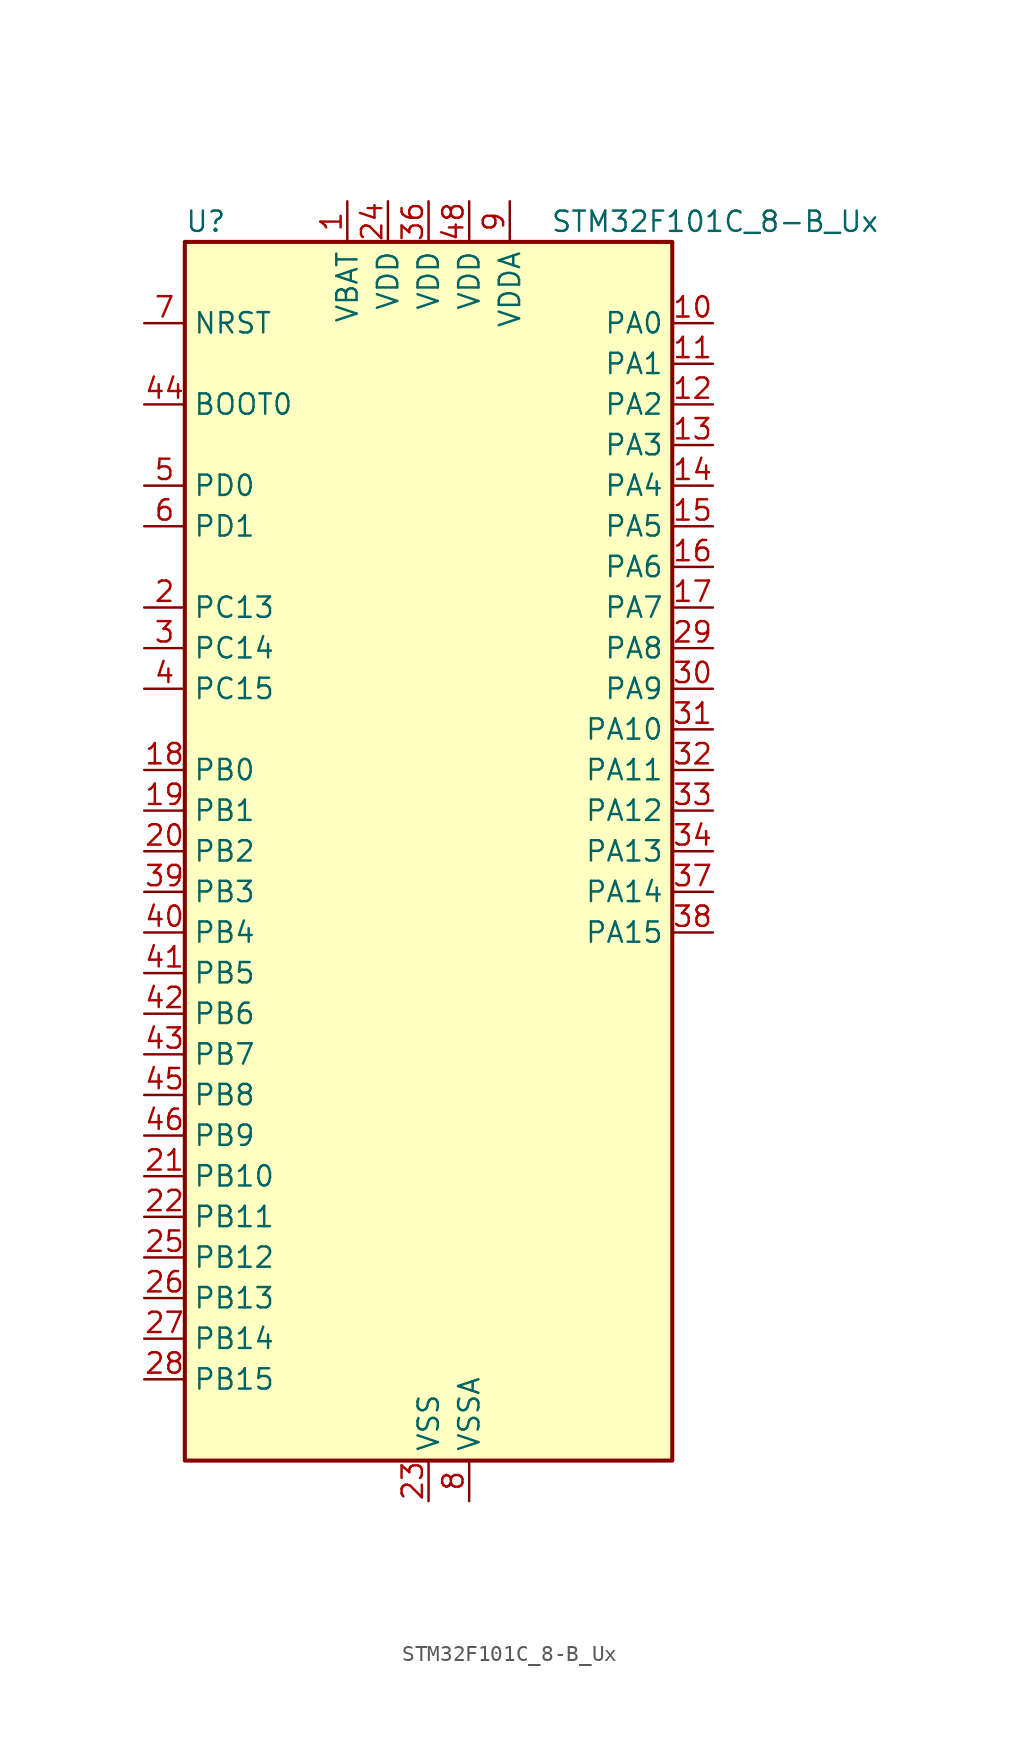
<source format=kicad_sym>
(kicad_symbol_lib
  (version 20241209)
  (generator "kicad_symbol_editor")
  (generator_version "9.0")
  (symbol "STM32F101C_8-B_Ux"
    (property "Reference" "U"
      (at -15.24 39.37 0)
      (effects (font (size 1.27 1.27)) (justify left)))
    (property "Value" "STM32F101C_8-B_Ux"
      (at 7.62 39.37 0)
      (effects (font (size 1.27 1.27)) (justify left)))
    (symbol "STM32F101C_8-B_Ux_0_1"
      (rectangle (start -15.24 -38.1) (end 15.24 38.1) (stroke (width 0.254) (type default)) (fill (type background))))
    (symbol "STM32F101C_8-B_Ux_1_1"
      (pin input line (at -17.78 33.02 0) (length 2.54) (name "NRST" (effects (font (size 1.27 1.27)))) (number "7" (effects (font (size 1.27 1.27)))))
      (pin input line (at -17.78 27.94 0) (length 2.54) (name "BOOT0" (effects (font (size 1.27 1.27)))) (number "44" (effects (font (size 1.27 1.27)))))
      (pin bidirectional line (at -17.78 22.86 0) (length 2.54) (name "PD0" (effects (font (size 1.27 1.27)))) (number "5" (effects (font (size 1.27 1.27)))) (alternate "RCC_OSC_IN" bidirectional line))
      (pin bidirectional line (at -17.78 20.32 0) (length 2.54) (name "PD1" (effects (font (size 1.27 1.27)))) (number "6" (effects (font (size 1.27 1.27)))) (alternate "RCC_OSC_OUT" bidirectional line))
      (pin bidirectional line (at -17.78 15.24 0) (length 2.54) (name "PC13" (effects (font (size 1.27 1.27)))) (number "2" (effects (font (size 1.27 1.27)))) (alternate "RTC_OUT" bidirectional line) (alternate "RTC_TAMPER" bidirectional line))
      (pin bidirectional line (at -17.78 12.7 0) (length 2.54) (name "PC14" (effects (font (size 1.27 1.27)))) (number "3" (effects (font (size 1.27 1.27)))) (alternate "RCC_OSC32_IN" bidirectional line))
      (pin bidirectional line (at -17.78 10.16 0) (length 2.54) (name "PC15" (effects (font (size 1.27 1.27)))) (number "4" (effects (font (size 1.27 1.27)))) (alternate "ADC1_EXTI15" bidirectional line) (alternate "RCC_OSC32_OUT" bidirectional line))
      (pin bidirectional line (at -17.78 5.08 0) (length 2.54) (name "PB0" (effects (font (size 1.27 1.27)))) (number "18" (effects (font (size 1.27 1.27)))) (alternate "ADC1_IN8" bidirectional line) (alternate "TIM3_CH3" bidirectional line))
      (pin bidirectional line (at -17.78 2.54 0) (length 2.54) (name "PB1" (effects (font (size 1.27 1.27)))) (number "19" (effects (font (size 1.27 1.27)))) (alternate "ADC1_IN9" bidirectional line) (alternate "TIM3_CH4" bidirectional line))
      (pin bidirectional line (at -17.78 0 0) (length 2.54) (name "PB2" (effects (font (size 1.27 1.27)))) (number "20" (effects (font (size 1.27 1.27)))))
      (pin bidirectional line (at -17.78 -2.54 0) (length 2.54) (name "PB3" (effects (font (size 1.27 1.27)))) (number "39" (effects (font (size 1.27 1.27)))) (alternate "SPI1_SCK" bidirectional line) (alternate "SYS_JTDO-TRACESWO" bidirectional line) (alternate "TIM2_CH2" bidirectional line))
      (pin bidirectional line (at -17.78 -5.08 0) (length 2.54) (name "PB4" (effects (font (size 1.27 1.27)))) (number "40" (effects (font (size 1.27 1.27)))) (alternate "SPI1_MISO" bidirectional line) (alternate "SYS_NJTRST" bidirectional line) (alternate "TIM3_CH1" bidirectional line))
      (pin bidirectional line (at -17.78 -7.62 0) (length 2.54) (name "PB5" (effects (font (size 1.27 1.27)))) (number "41" (effects (font (size 1.27 1.27)))) (alternate "I2C1_SMBA" bidirectional line) (alternate "SPI1_MOSI" bidirectional line) (alternate "TIM3_CH2" bidirectional line))
      (pin bidirectional line (at -17.78 -10.16 0) (length 2.54) (name "PB6" (effects (font (size 1.27 1.27)))) (number "42" (effects (font (size 1.27 1.27)))) (alternate "I2C1_SCL" bidirectional line) (alternate "TIM4_CH1" bidirectional line) (alternate "USART1_TX" bidirectional line))
      (pin bidirectional line (at -17.78 -12.7 0) (length 2.54) (name "PB7" (effects (font (size 1.27 1.27)))) (number "43" (effects (font (size 1.27 1.27)))) (alternate "I2C1_SDA" bidirectional line) (alternate "TIM4_CH2" bidirectional line) (alternate "USART1_RX" bidirectional line))
      (pin bidirectional line (at -17.78 -15.24 0) (length 2.54) (name "PB8" (effects (font (size 1.27 1.27)))) (number "45" (effects (font (size 1.27 1.27)))) (alternate "I2C1_SCL" bidirectional line) (alternate "TIM4_CH3" bidirectional line))
      (pin bidirectional line (at -17.78 -17.78 0) (length 2.54) (name "PB9" (effects (font (size 1.27 1.27)))) (number "46" (effects (font (size 1.27 1.27)))) (alternate "I2C1_SDA" bidirectional line) (alternate "TIM4_CH4" bidirectional line))
      (pin bidirectional line (at -17.78 -20.32 0) (length 2.54) (name "PB10" (effects (font (size 1.27 1.27)))) (number "21" (effects (font (size 1.27 1.27)))) (alternate "I2C2_SCL" bidirectional line) (alternate "TIM2_CH3" bidirectional line) (alternate "USART3_TX" bidirectional line))
      (pin bidirectional line (at -17.78 -22.86 0) (length 2.54) (name "PB11" (effects (font (size 1.27 1.27)))) (number "22" (effects (font (size 1.27 1.27)))) (alternate "ADC1_EXTI11" bidirectional line) (alternate "I2C2_SDA" bidirectional line) (alternate "TIM2_CH4" bidirectional line) (alternate "USART3_RX" bidirectional line))
      (pin bidirectional line (at -17.78 -25.4 0) (length 2.54) (name "PB12" (effects (font (size 1.27 1.27)))) (number "25" (effects (font (size 1.27 1.27)))) (alternate "I2C2_SMBA" bidirectional line) (alternate "SPI2_NSS" bidirectional line) (alternate "USART3_CK" bidirectional line))
      (pin bidirectional line (at -17.78 -27.94 0) (length 2.54) (name "PB13" (effects (font (size 1.27 1.27)))) (number "26" (effects (font (size 1.27 1.27)))) (alternate "SPI2_SCK" bidirectional line) (alternate "USART3_CTS" bidirectional line))
      (pin bidirectional line (at -17.78 -30.48 0) (length 2.54) (name "PB14" (effects (font (size 1.27 1.27)))) (number "27" (effects (font (size 1.27 1.27)))) (alternate "SPI2_MISO" bidirectional line) (alternate "USART3_RTS" bidirectional line))
      (pin bidirectional line (at -17.78 -33.02 0) (length 2.54) (name "PB15" (effects (font (size 1.27 1.27)))) (number "28" (effects (font (size 1.27 1.27)))) (alternate "ADC1_EXTI15" bidirectional line) (alternate "SPI2_MOSI" bidirectional line))
      (pin power_in line (at -5.08 40.64 270) (length 2.54) (name "VBAT" (effects (font (size 1.27 1.27)))) (number "1" (effects (font (size 1.27 1.27)))))
      (pin power_in line (at -2.54 40.64 270) (length 2.54) (name "VDD" (effects (font (size 1.27 1.27)))) (number "24" (effects (font (size 1.27 1.27)))))
      (pin power_in line (at 0 40.64 270) (length 2.54) (name "VDD" (effects (font (size 1.27 1.27)))) (number "36" (effects (font (size 1.27 1.27)))))
      (pin power_in line (at 0 -40.64 90) (length 2.54) (name "VSS" (effects (font (size 1.27 1.27)))) (number "23" (effects (font (size 1.27 1.27)))))
      (pin passive line (at 0 -40.64 90) (length 2.54) (hide yes) (name "VSS" (effects (font (size 1.27 1.27)))) (number "35" (effects (font (size 1.27 1.27)))))
      (pin passive line (at 0 -40.64 90) (length 2.54) (hide yes) (name "VSS" (effects (font (size 1.27 1.27)))) (number "47" (effects (font (size 1.27 1.27)))))
      (pin passive line (at 0 -40.64 90) (length 2.54) (hide yes) (name "VSS" (effects (font (size 1.27 1.27)))) (number "49" (effects (font (size 1.27 1.27)))))
      (pin power_in line (at 2.54 40.64 270) (length 2.54) (name "VDD" (effects (font (size 1.27 1.27)))) (number "48" (effects (font (size 1.27 1.27)))))
      (pin power_in line (at 2.54 -40.64 90) (length 2.54) (name "VSSA" (effects (font (size 1.27 1.27)))) (number "8" (effects (font (size 1.27 1.27)))))
      (pin power_in line (at 5.08 40.64 270) (length 2.54) (name "VDDA" (effects (font (size 1.27 1.27)))) (number "9" (effects (font (size 1.27 1.27)))))
      (pin bidirectional line (at 17.78 33.02 180) (length 2.54) (name "PA0" (effects (font (size 1.27 1.27)))) (number "10" (effects (font (size 1.27 1.27)))) (alternate "ADC1_IN0" bidirectional line) (alternate "SYS_WKUP" bidirectional line) (alternate "TIM2_CH1" bidirectional line) (alternate "TIM2_ETR" bidirectional line) (alternate "USART2_CTS" bidirectional line))
      (pin bidirectional line (at 17.78 30.48 180) (length 2.54) (name "PA1" (effects (font (size 1.27 1.27)))) (number "11" (effects (font (size 1.27 1.27)))) (alternate "ADC1_IN1" bidirectional line) (alternate "TIM2_CH2" bidirectional line) (alternate "USART2_RTS" bidirectional line))
      (pin bidirectional line (at 17.78 27.94 180) (length 2.54) (name "PA2" (effects (font (size 1.27 1.27)))) (number "12" (effects (font (size 1.27 1.27)))) (alternate "ADC1_IN2" bidirectional line) (alternate "TIM2_CH3" bidirectional line) (alternate "USART2_TX" bidirectional line))
      (pin bidirectional line (at 17.78 25.4 180) (length 2.54) (name "PA3" (effects (font (size 1.27 1.27)))) (number "13" (effects (font (size 1.27 1.27)))) (alternate "ADC1_IN3" bidirectional line) (alternate "TIM2_CH4" bidirectional line) (alternate "USART2_RX" bidirectional line))
      (pin bidirectional line (at 17.78 22.86 180) (length 2.54) (name "PA4" (effects (font (size 1.27 1.27)))) (number "14" (effects (font (size 1.27 1.27)))) (alternate "ADC1_IN4" bidirectional line) (alternate "SPI1_NSS" bidirectional line) (alternate "USART2_CK" bidirectional line))
      (pin bidirectional line (at 17.78 20.32 180) (length 2.54) (name "PA5" (effects (font (size 1.27 1.27)))) (number "15" (effects (font (size 1.27 1.27)))) (alternate "ADC1_IN5" bidirectional line) (alternate "SPI1_SCK" bidirectional line))
      (pin bidirectional line (at 17.78 17.78 180) (length 2.54) (name "PA6" (effects (font (size 1.27 1.27)))) (number "16" (effects (font (size 1.27 1.27)))) (alternate "ADC1_IN6" bidirectional line) (alternate "SPI1_MISO" bidirectional line) (alternate "TIM3_CH1" bidirectional line))
      (pin bidirectional line (at 17.78 15.24 180) (length 2.54) (name "PA7" (effects (font (size 1.27 1.27)))) (number "17" (effects (font (size 1.27 1.27)))) (alternate "ADC1_IN7" bidirectional line) (alternate "SPI1_MOSI" bidirectional line) (alternate "TIM3_CH2" bidirectional line))
      (pin bidirectional line (at 17.78 12.7 180) (length 2.54) (name "PA8" (effects (font (size 1.27 1.27)))) (number "29" (effects (font (size 1.27 1.27)))) (alternate "RCC_MCO" bidirectional line) (alternate "USART1_CK" bidirectional line))
      (pin bidirectional line (at 17.78 10.16 180) (length 2.54) (name "PA9" (effects (font (size 1.27 1.27)))) (number "30" (effects (font (size 1.27 1.27)))) (alternate "USART1_TX" bidirectional line))
      (pin bidirectional line (at 17.78 7.62 180) (length 2.54) (name "PA10" (effects (font (size 1.27 1.27)))) (number "31" (effects (font (size 1.27 1.27)))) (alternate "USART1_RX" bidirectional line))
      (pin bidirectional line (at 17.78 5.08 180) (length 2.54) (name "PA11" (effects (font (size 1.27 1.27)))) (number "32" (effects (font (size 1.27 1.27)))) (alternate "ADC1_EXTI11" bidirectional line) (alternate "USART1_CTS" bidirectional line))
      (pin bidirectional line (at 17.78 2.54 180) (length 2.54) (name "PA12" (effects (font (size 1.27 1.27)))) (number "33" (effects (font (size 1.27 1.27)))) (alternate "USART1_RTS" bidirectional line))
      (pin bidirectional line (at 17.78 0 180) (length 2.54) (name "PA13" (effects (font (size 1.27 1.27)))) (number "34" (effects (font (size 1.27 1.27)))) (alternate "SYS_JTMS-SWDIO" bidirectional line))
      (pin bidirectional line (at 17.78 -2.54 180) (length 2.54) (name "PA14" (effects (font (size 1.27 1.27)))) (number "37" (effects (font (size 1.27 1.27)))) (alternate "SYS_JTCK-SWCLK" bidirectional line))
      (pin bidirectional line (at 17.78 -5.08 180) (length 2.54) (name "PA15" (effects (font (size 1.27 1.27)))) (number "38" (effects (font (size 1.27 1.27)))) (alternate "ADC1_EXTI15" bidirectional line) (alternate "SPI1_NSS" bidirectional line) (alternate "SYS_JTDI" bidirectional line) (alternate "TIM2_CH1" bidirectional line) (alternate "TIM2_ETR" bidirectional line)))))
</source>
